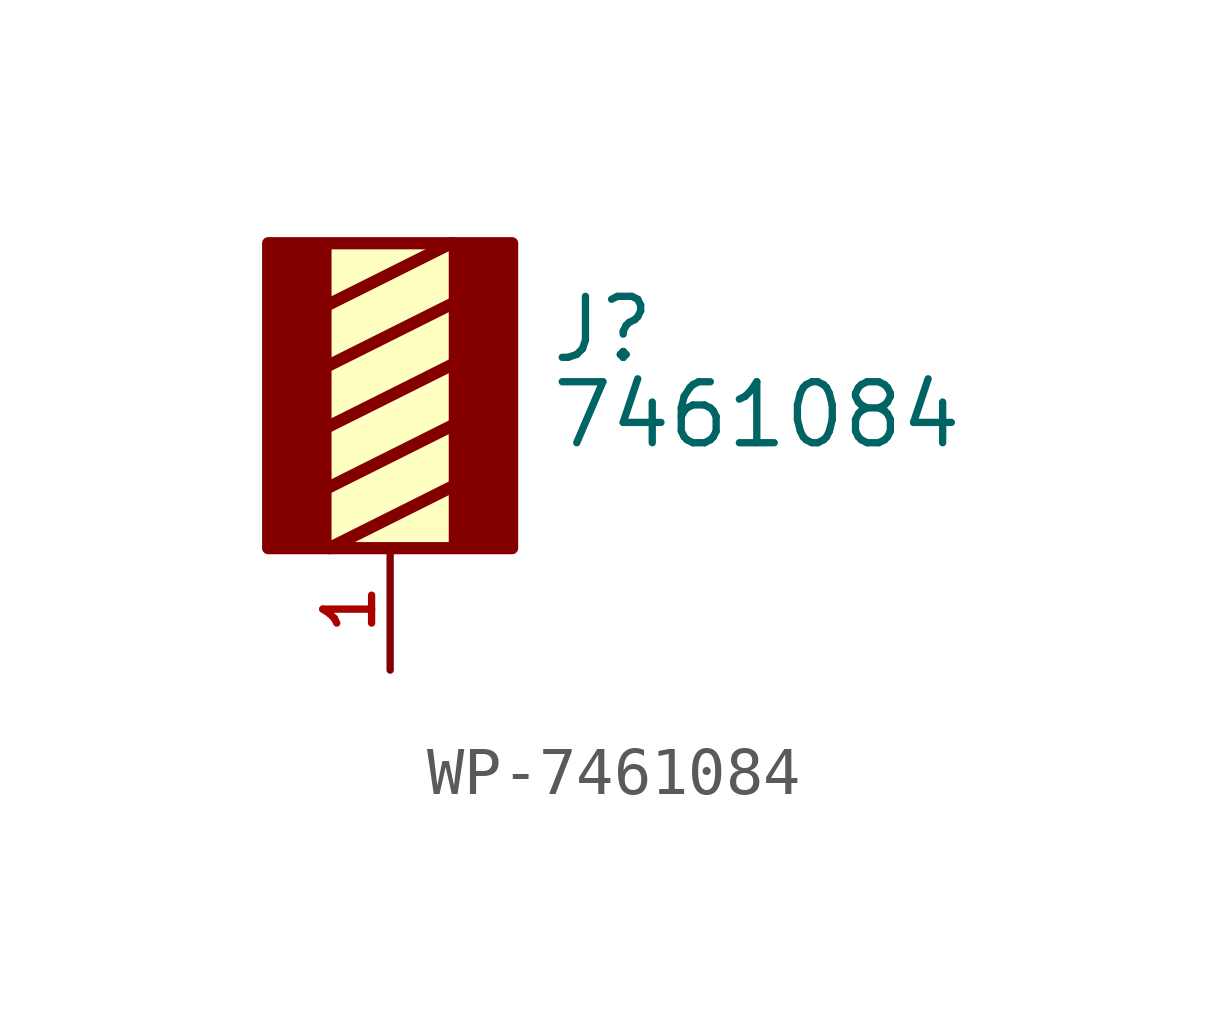
<source format=kicad_sym>
(kicad_symbol_lib
  (version 20241209)
  (generator "kicad_symbol_editor")
  (generator_version "9.0")
  (symbol "WP-7461084"
    (pin_names
      (offset 1.016))
    (property "Reference" "J"
      (at 3.302 1.27 0)
      (effects (font (size 1.27 1.27)) (justify left bottom)))
    (property "Value" "7461084"
      (at 3.302 -0.508 0)
      (effects (font (size 1.27 1.27)) (justify left bottom)))
    (symbol "WP-7461084_0_0"
      (rectangle (start -2.54 -2.54) (end -1.27 3.81) (stroke (width 0.1) (type default)) (fill (type outline)))
      (rectangle (start -2.54 -2.54) (end 2.54 3.81) (stroke (width 0.254) (type default)) (fill (type background)))
      (polyline (pts (xy -1.27 2.54) (xy 1.27 3.81)) (stroke (width 0.254) (type default)) (fill (type none)))
      (polyline (pts (xy 1.27 2.54) (xy -1.27 1.27)) (stroke (width 0.254) (type default)) (fill (type none)))
      (polyline (pts (xy 1.27 1.27) (xy -1.27 0)) (stroke (width 0.254) (type default)) (fill (type none)))
      (polyline (pts (xy 1.27 0) (xy -1.27 -1.27)) (stroke (width 0.254) (type default)) (fill (type none)))
      (polyline (pts (xy 1.27 -1.27) (xy -1.27 -2.54)) (stroke (width 0.254) (type default)) (fill (type none)))
      (rectangle (start 1.27 -2.54) (end 2.54 3.81) (stroke (width 0.1) (type default)) (fill (type outline)))
      (pin passive line (at 0 -5.08 90) (length 2.54) (name "~" (effects (font (size 1.016 1.016)))) (number "1" (effects (font (size 1.016 1.016)))))
      (pin passive line (at 0 -5.08 90) (length 2.54) (hide yes) (name "~" (effects (font (size 1.016 1.016)))) (number "2" (effects (font (size 1.016 1.016)))))
      (pin passive line (at 0 -5.08 90) (length 2.54) (hide yes) (name "~" (effects (font (size 1.016 1.016)))) (number "3" (effects (font (size 1.016 1.016)))))
      (pin passive line (at 0 -5.08 90) (length 2.54) (hide yes) (name "~" (effects (font (size 1.016 1.016)))) (number "4" (effects (font (size 1.016 1.016)))))
      (pin passive line (at 0 -5.08 90) (length 2.54) (hide yes) (name "~" (effects (font (size 1.016 1.016)))) (number "5" (effects (font (size 1.016 1.016)))))
      (pin passive line (at 0 -5.08 90) (length 2.54) (hide yes) (name "~" (effects (font (size 1.016 1.016)))) (number "6" (effects (font (size 1.016 1.016)))))
      (pin passive line (at 0 -5.08 90) (length 2.54) (hide yes) (name "~" (effects (font (size 1.016 1.016)))) (number "7" (effects (font (size 1.016 1.016)))))
      (pin passive line (at 0 -5.08 90) (length 2.54) (hide yes) (name "~" (effects (font (size 1.016 1.016)))) (number "8" (effects (font (size 1.016 1.016))))))))
</source>
